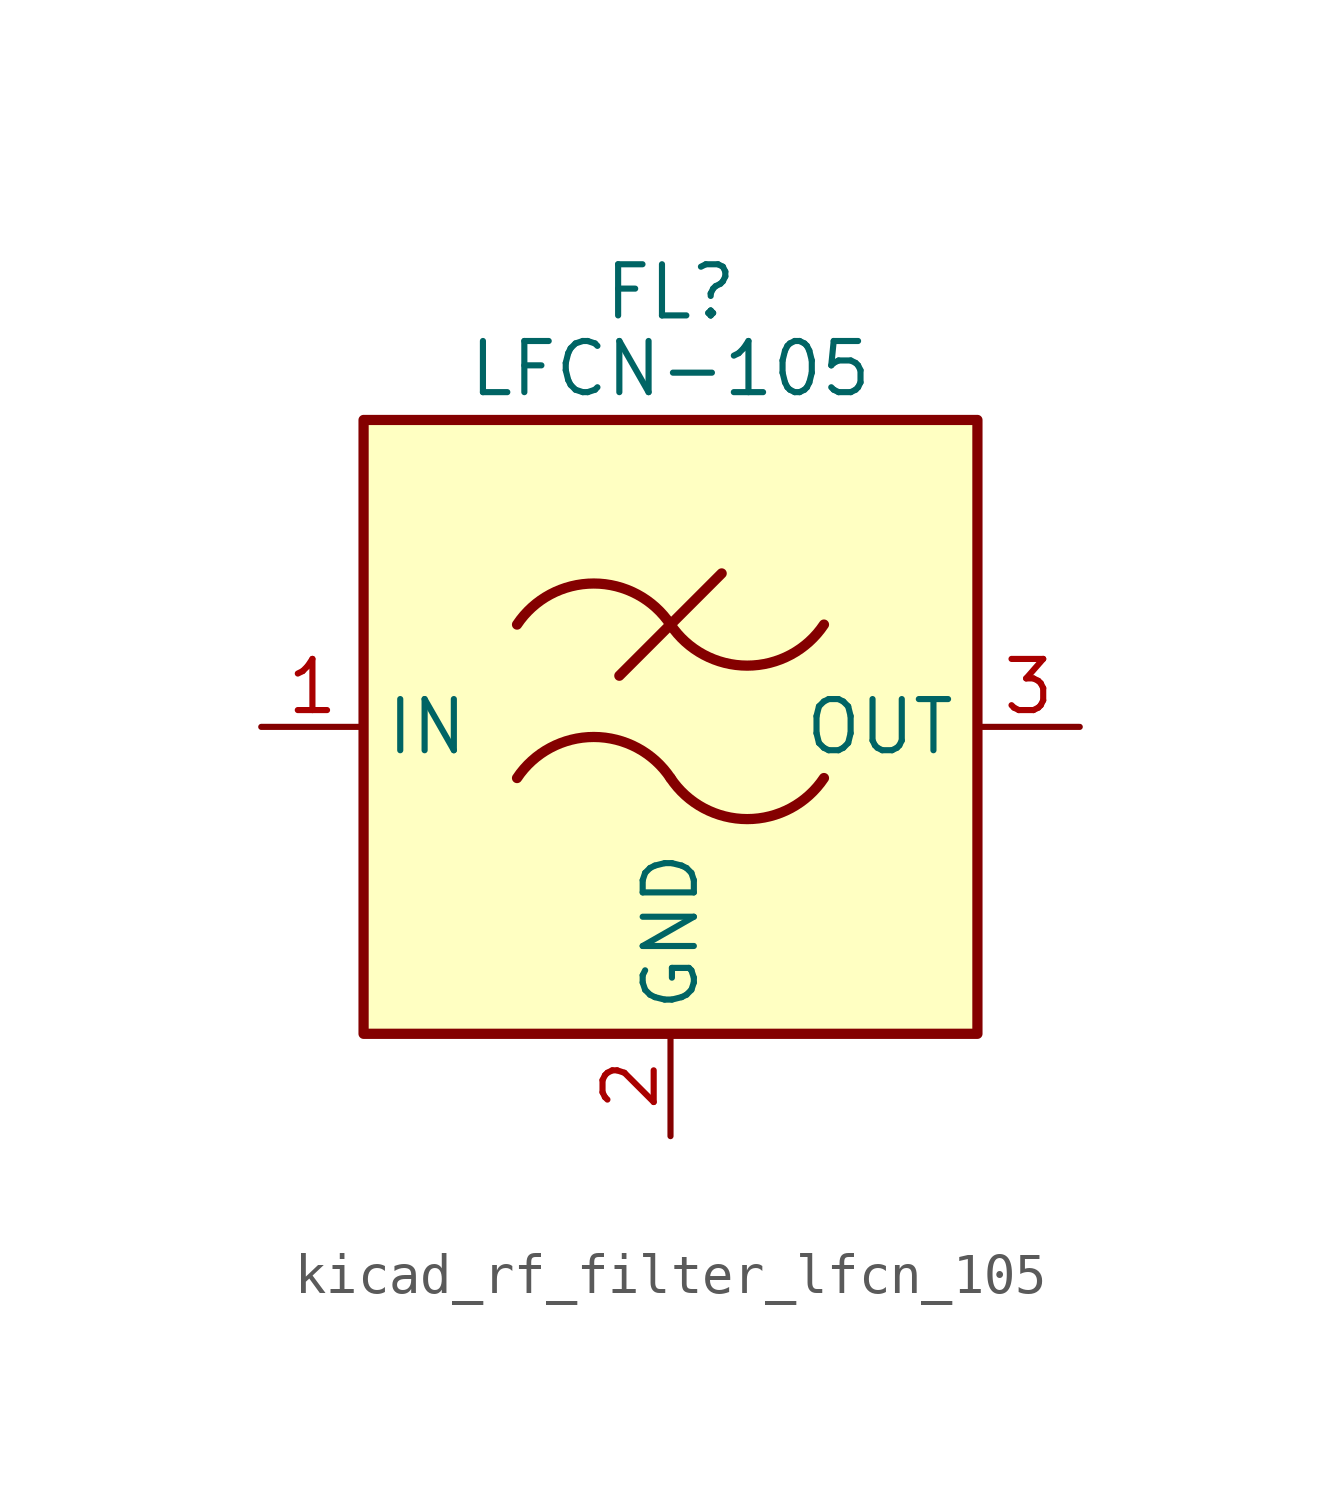
<source format=kicad_sym>
(kicad_symbol_lib
  (version 20220914)
  (generator kicad_symbol_editor)
  (symbol "kicad_rf_filter_lfcn_105"
    (property "Reference" "FL"
      (at 0 10.795 0)
      (effects (font (size 1.27 1.27))))
    (property "Value" "LFCN-105"
      (at 0 8.89 0)
      (effects (font (size 1.27 1.27))))
    (symbol "kicad_rf_filter_lfcn_105_0_1"
      (rectangle (start -7.62 7.62) (end 7.62 -7.62) (stroke (width 0.254) (type default)) (fill (type background)))
      (arc (start 0 -1.27) (mid -1.905 -0.2505) (end -3.81 -1.27) (stroke (width 0.254) (type default)) (fill (type none)))
      (arc (start 0 -1.27) (mid 1.905 -2.2895) (end 3.81 -1.27) (stroke (width 0.254) (type default)) (fill (type none)))
      (polyline (pts (xy -1.27 1.27) (xy 1.27 3.81)) (stroke (width 0.254) (type default)) (fill (type none)))
      (arc (start 0 2.54) (mid -1.905 3.5595) (end -3.81 2.54) (stroke (width 0.254) (type default)) (fill (type none)))
      (arc (start 0 2.54) (mid 1.905 1.5205) (end 3.81 2.54) (stroke (width 0.254) (type default)) (fill (type none))))
    (symbol "kicad_rf_filter_lfcn_105_1_1"
      (pin passive line (at -10.16 0 0) (length 2.54) (name "IN" (effects (font (size 1.27 1.27)))) (number "1" (effects (font (size 1.27 1.27)))))
      (pin passive line (at 0 -10.16 90) (length 2.54) (name "GND" (effects (font (size 1.27 1.27)))) (number "2" (effects (font (size 1.27 1.27)))))
      (pin passive line (at 10.16 0 180) (length 2.54) (name "OUT" (effects (font (size 1.27 1.27)))) (number "3" (effects (font (size 1.27 1.27)))))
      (pin passive line (at 0 -10.16 90) (length 2.54) hide (name "GND" (effects (font (size 1.27 1.27)))) (number "4" (effects (font (size 1.27 1.27))))))))
</source>
